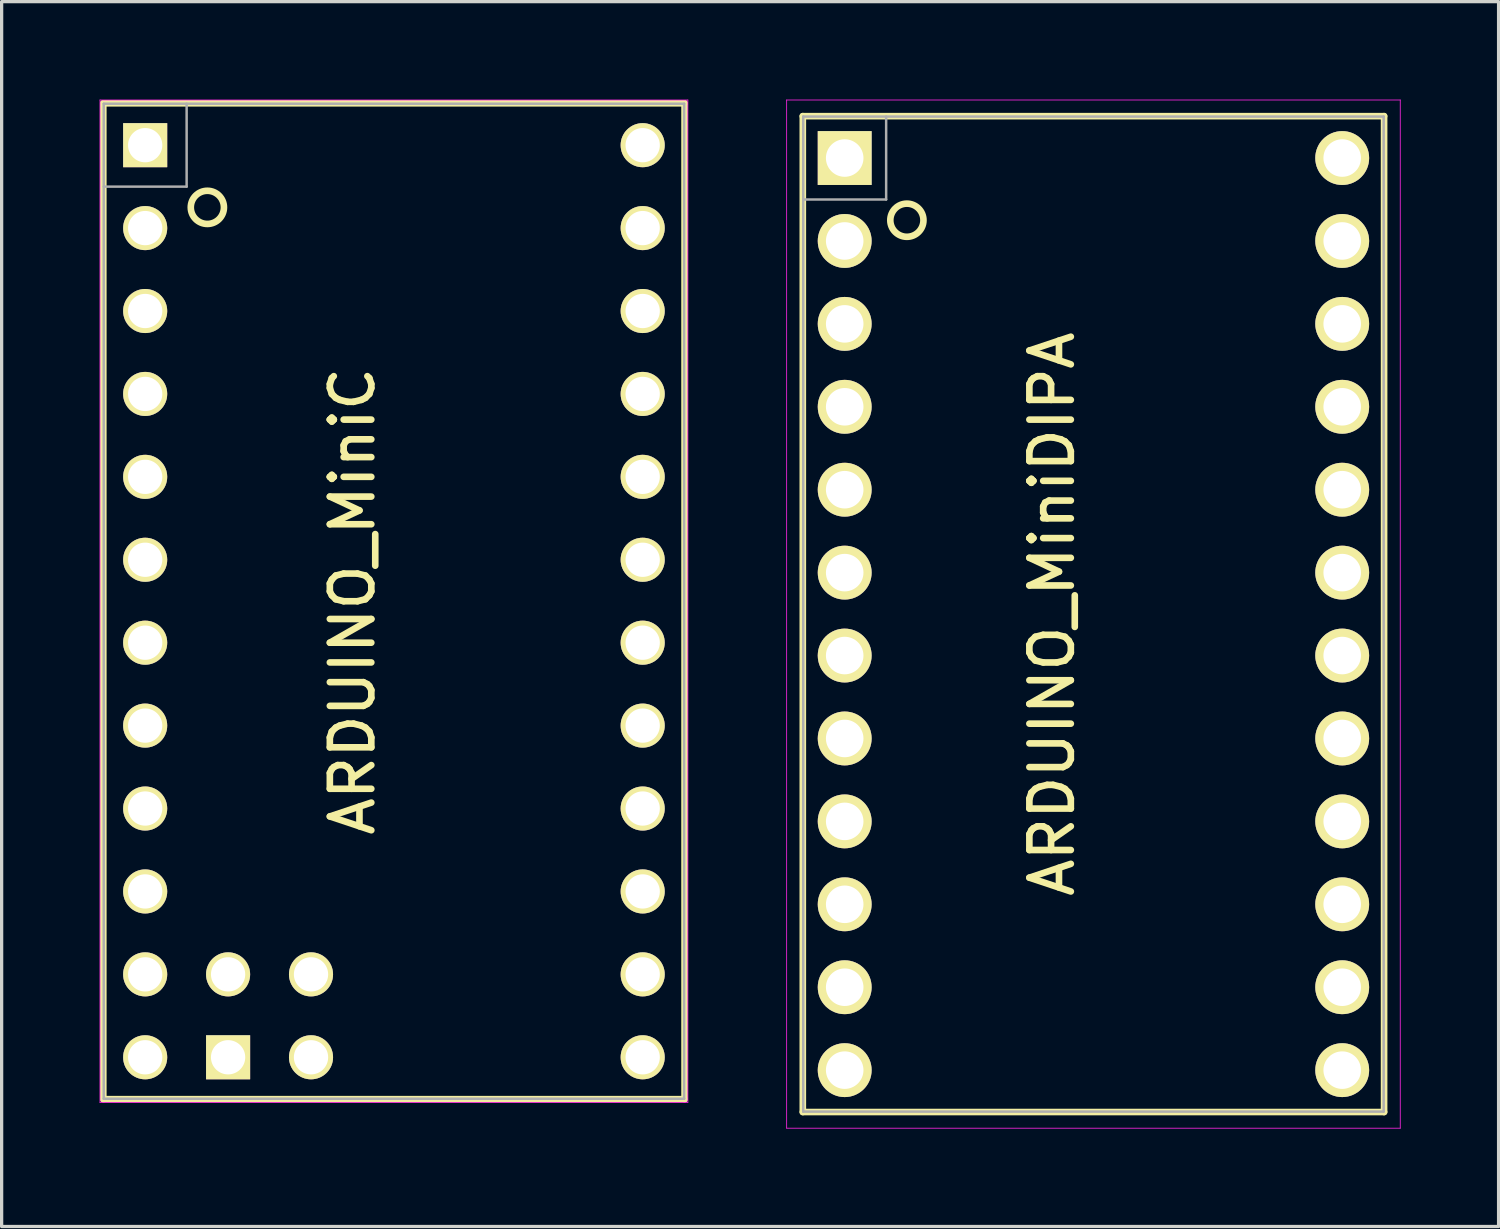
<source format=kicad_pcb>
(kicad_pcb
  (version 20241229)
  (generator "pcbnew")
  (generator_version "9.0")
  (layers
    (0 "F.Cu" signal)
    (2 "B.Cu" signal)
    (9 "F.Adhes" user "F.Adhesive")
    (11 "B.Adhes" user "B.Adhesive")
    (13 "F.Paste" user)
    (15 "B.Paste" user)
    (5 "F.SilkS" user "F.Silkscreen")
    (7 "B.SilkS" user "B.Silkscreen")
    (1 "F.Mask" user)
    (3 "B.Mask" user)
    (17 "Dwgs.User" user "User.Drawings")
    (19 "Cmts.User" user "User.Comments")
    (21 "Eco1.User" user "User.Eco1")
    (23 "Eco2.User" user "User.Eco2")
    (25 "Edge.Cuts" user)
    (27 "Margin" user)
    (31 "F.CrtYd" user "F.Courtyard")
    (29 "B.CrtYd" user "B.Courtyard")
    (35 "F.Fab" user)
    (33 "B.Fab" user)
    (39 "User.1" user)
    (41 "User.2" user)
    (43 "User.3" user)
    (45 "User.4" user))
  (footprint "ARDUINO_MiniC"
    (layer "F.Cu")
    (at 9.017 15.367)
    (property "Reference" "ARDUINO_MiniC" (at -1.27 0 90) (layer "F.SilkS") (effects (font (size 1.27 1.27) (thickness 0.203))))
    (attr through_hole)
    (fp_line (start -8.903 -15.253) (end 8.903 -15.253) (stroke (width 0.203) (type solid)) (layer "F.SilkS"))
    (fp_line (start -8.903 15.253) (end -8.903 -15.253) (stroke (width 0.203) (type solid)) (layer "F.SilkS"))
    (fp_line (start 8.903 -15.253) (end 8.903 15.253) (stroke (width 0.203) (type solid)) (layer "F.SilkS"))
    (fp_line (start 8.903 15.253) (end -8.903 15.253) (stroke (width 0.203) (type solid)) (layer "F.SilkS"))
    (fp_circle (center -5.715 -12.065) (end -5.715 -12.573) (stroke (width 0.203) (type solid)) (fill no) (layer "F.SilkS"))
    (fp_line (start -9.004 -15.354) (end 9.004 -15.354) (stroke (width 0.025) (type solid)) (layer "F.CrtYd"))
    (fp_line (start -9.004 15.354) (end -9.004 -15.354) (stroke (width 0.025) (type solid)) (layer "F.CrtYd"))
    (fp_line (start 9.004 -15.354) (end 9.004 15.354) (stroke (width 0.025) (type solid)) (layer "F.CrtYd"))
    (fp_line (start 9.004 15.354) (end -9.004 15.354) (stroke (width 0.025) (type solid)) (layer "F.CrtYd"))
    (fp_line (start -8.89 -15.24) (end 8.89 -15.24) (stroke (width 0.076) (type solid)) (layer "F.Fab"))
    (fp_line (start -8.89 15.24) (end -8.89 -15.24) (stroke (width 0.076) (type solid)) (layer "F.Fab"))
    (fp_line (start -6.35 -15.24) (end -6.35 -12.7) (stroke (width 0.076) (type solid)) (layer "F.Fab"))
    (fp_line (start -6.35 -12.7) (end -8.89 -12.7) (stroke (width 0.076) (type solid)) (layer "F.Fab"))
    (fp_line (start 8.89 -15.24) (end 8.89 15.24) (stroke (width 0.076) (type solid)) (layer "F.Fab"))
    (fp_line (start 8.89 15.24) (end -8.89 15.24) (stroke (width 0.076) (type solid)) (layer "F.Fab"))
    (pad "1" thru_hole rect (at -7.62 -13.97) (size 1.35 1.35) (drill 1.05) (layers "*.Cu" "*.Mask" "F.SilkS"))
    (pad "2" thru_hole circle (at -7.62 -11.43) (size 1.35 1.35) (drill 1.05) (layers "*.Cu" "*.Mask" "F.SilkS"))
    (pad "3" thru_hole circle (at -7.62 -8.89) (size 1.35 1.35) (drill 1.05) (layers "*.Cu" "*.Mask" "F.SilkS"))
    (pad "4" thru_hole circle (at -7.62 -6.35) (size 1.35 1.35) (drill 1.05) (layers "*.Cu" "*.Mask" "F.SilkS"))
    (pad "5" thru_hole circle (at -7.62 -3.81) (size 1.35 1.35) (drill 1.05) (layers "*.Cu" "*.Mask" "F.SilkS"))
    (pad "6" thru_hole circle (at -7.62 -1.27) (size 1.35 1.35) (drill 1.05) (layers "*.Cu" "*.Mask" "F.SilkS"))
    (pad "7" thru_hole circle (at -7.62 1.27) (size 1.35 1.35) (drill 1.05) (layers "*.Cu" "*.Mask" "F.SilkS"))
    (pad "8" thru_hole circle (at -7.62 3.81) (size 1.35 1.35) (drill 1.05) (layers "*.Cu" "*.Mask" "F.SilkS"))
    (pad "9" thru_hole circle (at -7.62 6.35) (size 1.35 1.35) (drill 1.05) (layers "*.Cu" "*.Mask" "F.SilkS"))
    (pad "10" thru_hole circle (at -7.62 8.89) (size 1.35 1.35) (drill 1.05) (layers "*.Cu" "*.Mask" "F.SilkS"))
    (pad "11" thru_hole circle (at -7.62 11.43) (size 1.35 1.35) (drill 1.05) (layers "*.Cu" "*.Mask" "F.SilkS"))
    (pad "12" thru_hole circle (at -7.62 13.97) (size 1.35 1.35) (drill 1.05) (layers "*.Cu" "*.Mask" "F.SilkS"))
    (pad "13" thru_hole circle (at 7.62 13.97) (size 1.35 1.35) (drill 1.05) (layers "*.Cu" "*.Mask" "F.SilkS"))
    (pad "14" thru_hole circle (at 7.62 11.43) (size 1.35 1.35) (drill 1.05) (layers "*.Cu" "*.Mask" "F.SilkS"))
    (pad "15" thru_hole circle (at 7.62 8.89) (size 1.35 1.35) (drill 1.05) (layers "*.Cu" "*.Mask" "F.SilkS"))
    (pad "16" thru_hole circle (at 7.62 6.35) (size 1.35 1.35) (drill 1.05) (layers "*.Cu" "*.Mask" "F.SilkS"))
    (pad "17" thru_hole circle (at 7.62 3.81) (size 1.35 1.35) (drill 1.05) (layers "*.Cu" "*.Mask" "F.SilkS"))
    (pad "18" thru_hole circle (at 7.62 1.27) (size 1.35 1.35) (drill 1.05) (layers "*.Cu" "*.Mask" "F.SilkS"))
    (pad "19" thru_hole circle (at 7.62 -1.27) (size 1.35 1.35) (drill 1.05) (layers "*.Cu" "*.Mask" "F.SilkS"))
    (pad "20" thru_hole circle (at 7.62 -3.81) (size 1.35 1.35) (drill 1.05) (layers "*.Cu" "*.Mask" "F.SilkS"))
    (pad "21" thru_hole circle (at 7.62 -6.35) (size 1.35 1.35) (drill 1.05) (layers "*.Cu" "*.Mask" "F.SilkS"))
    (pad "22" thru_hole circle (at 7.62 -8.89) (size 1.35 1.35) (drill 1.05) (layers "*.Cu" "*.Mask" "F.SilkS"))
    (pad "23" thru_hole circle (at 7.62 -11.43) (size 1.35 1.35) (drill 1.05) (layers "*.Cu" "*.Mask" "F.SilkS"))
    (pad "24" thru_hole circle (at 7.62 -13.97) (size 1.35 1.35) (drill 1.05) (layers "*.Cu" "*.Mask" "F.SilkS"))
    (pad "A1" thru_hole rect (at -5.08 13.97) (size 1.35 1.35) (drill 1.05) (layers "*.Cu" "*.Mask" "F.SilkS"))
    (pad "A2" thru_hole circle (at -2.54 13.97) (size 1.35 1.35) (drill 1.05) (layers "*.Cu" "*.Mask" "F.SilkS"))
    (pad "A3" thru_hole circle (at -5.08 11.43) (size 1.35 1.35) (drill 1.05) (layers "*.Cu" "*.Mask" "F.SilkS"))
    (pad "A4" thru_hole circle (at -2.54 11.43) (size 1.35 1.35) (drill 1.05) (layers "*.Cu" "*.Mask" "F.SilkS")))
  (footprint "ARDUINO_MiniDIPA"
    (layer "F.Cu")
    (at 30.445 15.761)
    (property "Reference" "ARDUINO_MiniDIPA" (at -1.27 0 90) (layer "F.SilkS") (effects (font (size 1.27 1.27) (thickness 0.203))))
    (attr through_hole)
    (fp_line (start -8.903 -15.253) (end 8.903 -15.253) (stroke (width 0.203) (type solid)) (layer "F.SilkS"))
    (fp_line (start -8.903 15.253) (end -8.903 -15.253) (stroke (width 0.203) (type solid)) (layer "F.SilkS"))
    (fp_line (start 8.903 -15.253) (end 8.903 15.253) (stroke (width 0.203) (type solid)) (layer "F.SilkS"))
    (fp_line (start 8.903 15.253) (end -8.903 15.253) (stroke (width 0.203) (type solid)) (layer "F.SilkS"))
    (fp_circle (center -5.715 -12.065) (end -5.715 -12.573) (stroke (width 0.203) (type solid)) (fill no) (layer "F.SilkS"))
    (fp_line (start -9.398 -15.748) (end 9.398 -15.748) (stroke (width 0.025) (type solid)) (layer "F.CrtYd"))
    (fp_line (start -9.398 15.748) (end -9.398 -15.748) (stroke (width 0.025) (type solid)) (layer "F.CrtYd"))
    (fp_line (start 9.398 -15.748) (end 9.398 15.748) (stroke (width 0.025) (type solid)) (layer "F.CrtYd"))
    (fp_line (start 9.398 15.748) (end -9.398 15.748) (stroke (width 0.025) (type solid)) (layer "F.CrtYd"))
    (fp_line (start -8.89 -15.24) (end 8.89 -15.24) (stroke (width 0.076) (type solid)) (layer "F.Fab"))
    (fp_line (start -8.89 15.24) (end -8.89 -15.24) (stroke (width 0.076) (type solid)) (layer "F.Fab"))
    (fp_line (start -6.35 -15.24) (end -6.35 -12.7) (stroke (width 0.076) (type solid)) (layer "F.Fab"))
    (fp_line (start -6.35 -12.7) (end -8.89 -12.7) (stroke (width 0.076) (type solid)) (layer "F.Fab"))
    (fp_line (start 8.89 -15.24) (end 8.89 15.24) (stroke (width 0.076) (type solid)) (layer "F.Fab"))
    (fp_line (start 8.89 15.24) (end -8.89 15.24) (stroke (width 0.076) (type solid)) (layer "F.Fab"))
    (pad "1" thru_hole rect (at -7.62 -13.97) (size 1.65 1.65) (drill 1.15) (layers "*.Cu" "*.Mask" "F.SilkS"))
    (pad "2" thru_hole circle (at -7.62 -11.43) (size 1.65 1.65) (drill 1.15) (layers "*.Cu" "*.Mask" "F.SilkS"))
    (pad "3" thru_hole circle (at -7.62 -8.89) (size 1.65 1.65) (drill 1.15) (layers "*.Cu" "*.Mask" "F.SilkS"))
    (pad "4" thru_hole circle (at -7.62 -6.35) (size 1.65 1.65) (drill 1.15) (layers "*.Cu" "*.Mask" "F.SilkS"))
    (pad "5" thru_hole circle (at -7.62 -3.81) (size 1.65 1.65) (drill 1.15) (layers "*.Cu" "*.Mask" "F.SilkS"))
    (pad "6" thru_hole circle (at -7.62 -1.27) (size 1.65 1.65) (drill 1.15) (layers "*.Cu" "*.Mask" "F.SilkS"))
    (pad "7" thru_hole circle (at -7.62 1.27) (size 1.65 1.65) (drill 1.15) (layers "*.Cu" "*.Mask" "F.SilkS"))
    (pad "8" thru_hole circle (at -7.62 3.81) (size 1.65 1.65) (drill 1.15) (layers "*.Cu" "*.Mask" "F.SilkS"))
    (pad "9" thru_hole circle (at -7.62 6.35) (size 1.65 1.65) (drill 1.15) (layers "*.Cu" "*.Mask" "F.SilkS"))
    (pad "10" thru_hole circle (at -7.62 8.89) (size 1.65 1.65) (drill 1.15) (layers "*.Cu" "*.Mask" "F.SilkS"))
    (pad "11" thru_hole circle (at -7.62 11.43) (size 1.65 1.65) (drill 1.15) (layers "*.Cu" "*.Mask" "F.SilkS"))
    (pad "12" thru_hole circle (at -7.62 13.97) (size 1.65 1.65) (drill 1.15) (layers "*.Cu" "*.Mask" "F.SilkS"))
    (pad "13" thru_hole circle (at 7.62 13.97) (size 1.65 1.65) (drill 1.15) (layers "*.Cu" "*.Mask" "F.SilkS"))
    (pad "14" thru_hole circle (at 7.62 11.43) (size 1.65 1.65) (drill 1.15) (layers "*.Cu" "*.Mask" "F.SilkS"))
    (pad "15" thru_hole circle (at 7.62 8.89) (size 1.65 1.65) (drill 1.15) (layers "*.Cu" "*.Mask" "F.SilkS"))
    (pad "16" thru_hole circle (at 7.62 6.35) (size 1.65 1.65) (drill 1.15) (layers "*.Cu" "*.Mask" "F.SilkS"))
    (pad "17" thru_hole circle (at 7.62 3.81) (size 1.65 1.65) (drill 1.15) (layers "*.Cu" "*.Mask" "F.SilkS"))
    (pad "18" thru_hole circle (at 7.62 1.27) (size 1.65 1.65) (drill 1.15) (layers "*.Cu" "*.Mask" "F.SilkS"))
    (pad "19" thru_hole circle (at 7.62 -1.27) (size 1.65 1.65) (drill 1.15) (layers "*.Cu" "*.Mask" "F.SilkS"))
    (pad "20" thru_hole circle (at 7.62 -3.81) (size 1.65 1.65) (drill 1.15) (layers "*.Cu" "*.Mask" "F.SilkS"))
    (pad "21" thru_hole circle (at 7.62 -6.35) (size 1.65 1.65) (drill 1.15) (layers "*.Cu" "*.Mask" "F.SilkS"))
    (pad "22" thru_hole circle (at 7.62 -8.89) (size 1.65 1.65) (drill 1.15) (layers "*.Cu" "*.Mask" "F.SilkS"))
    (pad "23" thru_hole circle (at 7.62 -11.43) (size 1.65 1.65) (drill 1.15) (layers "*.Cu" "*.Mask" "F.SilkS"))
    (pad "24" thru_hole circle (at 7.62 -13.97) (size 1.65 1.65) (drill 1.15) (layers "*.Cu" "*.Mask" "F.SilkS")))
  (gr_rect
    (start -3 -3)
    (end 42.855 34.521)
    (stroke (width 0.1) (type default))
    (fill no)
    (layer "Edge.Cuts")))
</source>
